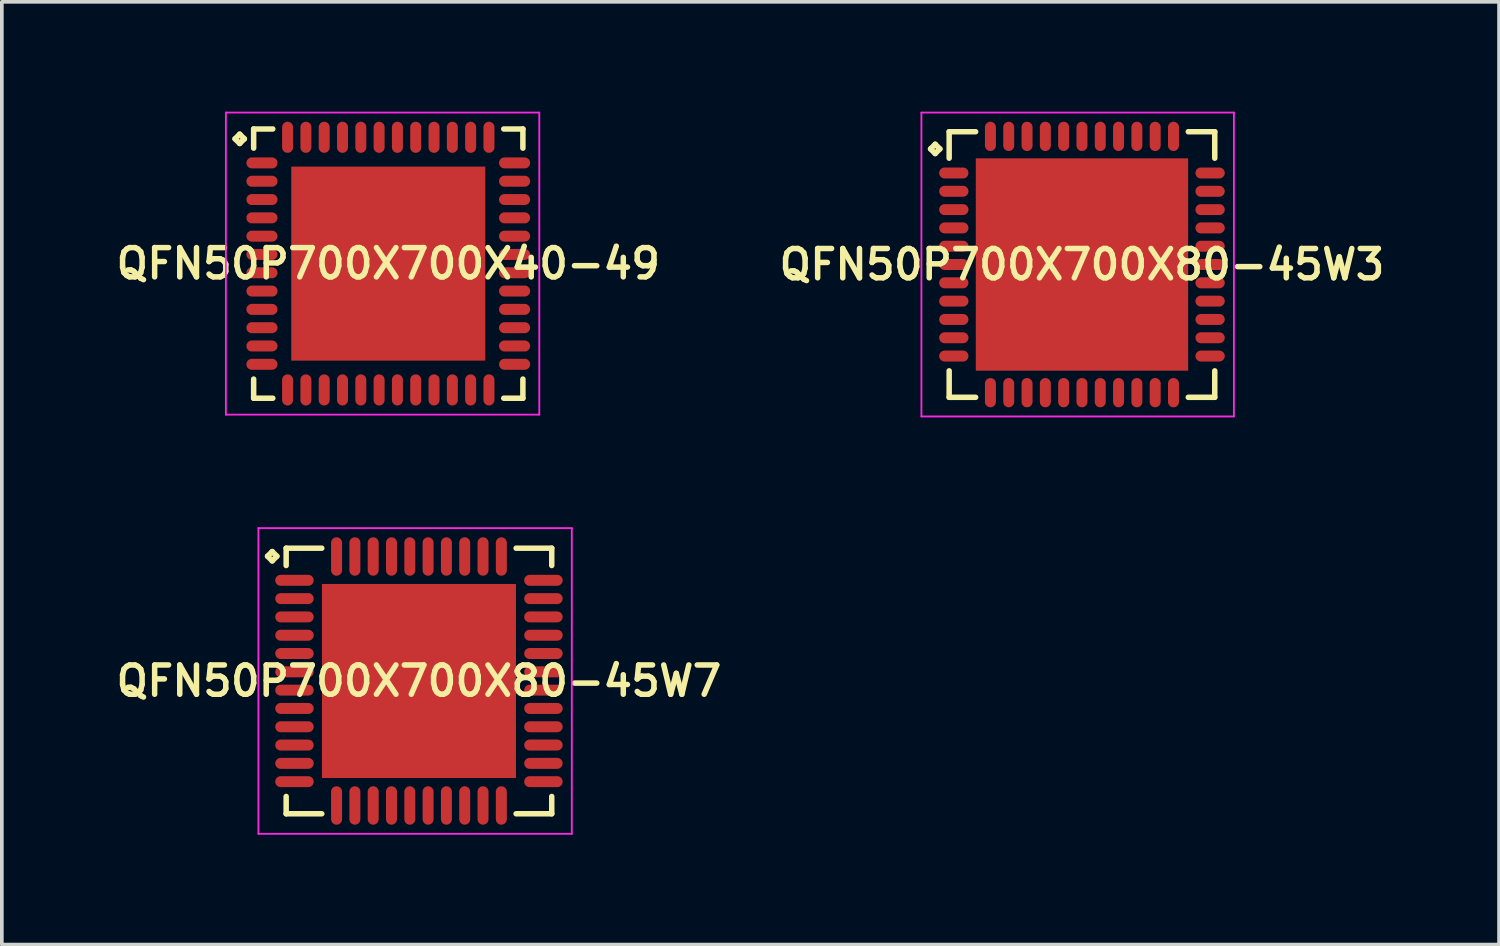
<source format=kicad_pcb>
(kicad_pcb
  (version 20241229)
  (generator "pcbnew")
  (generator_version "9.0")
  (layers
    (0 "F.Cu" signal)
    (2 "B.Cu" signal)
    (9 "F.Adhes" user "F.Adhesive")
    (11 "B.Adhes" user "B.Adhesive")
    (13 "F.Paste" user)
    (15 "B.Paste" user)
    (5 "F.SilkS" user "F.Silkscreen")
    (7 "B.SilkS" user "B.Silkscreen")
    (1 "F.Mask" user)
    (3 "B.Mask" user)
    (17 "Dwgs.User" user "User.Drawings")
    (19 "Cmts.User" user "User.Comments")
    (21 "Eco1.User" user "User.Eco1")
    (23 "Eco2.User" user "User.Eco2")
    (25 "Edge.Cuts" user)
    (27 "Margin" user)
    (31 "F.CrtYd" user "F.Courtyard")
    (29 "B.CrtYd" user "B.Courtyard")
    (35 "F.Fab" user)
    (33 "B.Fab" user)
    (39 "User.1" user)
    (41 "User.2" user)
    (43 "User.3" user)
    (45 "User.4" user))
  (footprint "QFN50P700X700X40-49"
    (layer "F.Cu")
    (at 7.555 4.15)
    (property "Reference" "QFN50P700X700X40-49" (at 0 0 0) (layer "F.SilkS") (effects (font (size 0.8 0.8) (thickness 0.15))))
    (attr smd)
    (fp_line (start -4.185 -3.408) (end -4.058 -3.535) (stroke (width 0.15) (type solid)) (layer "F.SilkS"))
    (fp_line (start -4.058 -3.535) (end -3.931 -3.408) (stroke (width 0.15) (type solid)) (layer "F.SilkS"))
    (fp_line (start -4.058 -3.281) (end -4.185 -3.408) (stroke (width 0.15) (type solid)) (layer "F.SilkS"))
    (fp_line (start -3.931 -3.408) (end -4.058 -3.281) (stroke (width 0.15) (type solid)) (layer "F.SilkS"))
    (fp_line (start -3.677 -3.677) (end -3.154 -3.677) (stroke (width 0.15) (type solid)) (layer "F.SilkS"))
    (fp_line (start -3.677 -3.154) (end -3.677 -3.677) (stroke (width 0.15) (type solid)) (layer "F.SilkS"))
    (fp_line (start -3.677 3.154) (end -3.677 3.677) (stroke (width 0.15) (type solid)) (layer "F.SilkS"))
    (fp_line (start -3.677 3.677) (end -3.154 3.677) (stroke (width 0.15) (type solid)) (layer "F.SilkS"))
    (fp_line (start 3.154 -3.677) (end 3.677 -3.677) (stroke (width 0.15) (type solid)) (layer "F.SilkS"))
    (fp_line (start 3.154 3.677) (end 3.677 3.677) (stroke (width 0.15) (type solid)) (layer "F.SilkS"))
    (fp_line (start 3.677 -3.677) (end 3.677 -3.154) (stroke (width 0.15) (type solid)) (layer "F.SilkS"))
    (fp_line (start 3.677 3.677) (end 3.677 3.154) (stroke (width 0.15) (type solid)) (layer "F.SilkS"))
    (fp_line (start -4.435 -4.125) (end 4.125 -4.125) (stroke (width 0.05) (type solid)) (layer "F.CrtYd"))
    (fp_line (start -4.435 4.125) (end -4.435 -4.125) (stroke (width 0.05) (type solid)) (layer "F.CrtYd"))
    (fp_line (start 4.125 -4.125) (end 4.125 4.125) (stroke (width 0.05) (type solid)) (layer "F.CrtYd"))
    (fp_line (start 4.125 4.125) (end -4.435 4.125) (stroke (width 0.05) (type solid)) (layer "F.CrtYd"))
    (pad "1" smd oval (at -3.45 -2.75) (size 0.85 0.3) (layers "F.Cu" "F.Mask" "F.Paste"))
    (pad "2" smd oval (at -3.45 -2.25) (size 0.85 0.3) (layers "F.Cu" "F.Mask" "F.Paste"))
    (pad "3" smd oval (at -3.45 -1.75) (size 0.85 0.3) (layers "F.Cu" "F.Mask" "F.Paste"))
    (pad "4" smd oval (at -3.45 -1.25) (size 0.85 0.3) (layers "F.Cu" "F.Mask" "F.Paste"))
    (pad "5" smd oval (at -3.45 -0.75) (size 0.85 0.3) (layers "F.Cu" "F.Mask" "F.Paste"))
    (pad "6" smd oval (at -3.45 -0.25) (size 0.85 0.3) (layers "F.Cu" "F.Mask" "F.Paste"))
    (pad "7" smd oval (at -3.45 0.25) (size 0.85 0.3) (layers "F.Cu" "F.Mask" "F.Paste"))
    (pad "8" smd oval (at -3.45 0.75) (size 0.85 0.3) (layers "F.Cu" "F.Mask" "F.Paste"))
    (pad "9" smd oval (at -3.45 1.25) (size 0.85 0.3) (layers "F.Cu" "F.Mask" "F.Paste"))
    (pad "10" smd oval (at -3.45 1.75) (size 0.85 0.3) (layers "F.Cu" "F.Mask" "F.Paste"))
    (pad "11" smd oval (at -3.45 2.25) (size 0.85 0.3) (layers "F.Cu" "F.Mask" "F.Paste"))
    (pad "12" smd oval (at -3.45 2.75) (size 0.85 0.3) (layers "F.Cu" "F.Mask" "F.Paste"))
    (pad "13" smd oval (at -2.75 3.45) (size 0.3 0.85) (layers "F.Cu" "F.Mask" "F.Paste"))
    (pad "14" smd oval (at -2.25 3.45) (size 0.3 0.85) (layers "F.Cu" "F.Mask" "F.Paste"))
    (pad "15" smd oval (at -1.75 3.45) (size 0.3 0.85) (layers "F.Cu" "F.Mask" "F.Paste"))
    (pad "16" smd oval (at -1.25 3.45) (size 0.3 0.85) (layers "F.Cu" "F.Mask" "F.Paste"))
    (pad "17" smd oval (at -0.75 3.45) (size 0.3 0.85) (layers "F.Cu" "F.Mask" "F.Paste"))
    (pad "18" smd oval (at -0.25 3.45) (size 0.3 0.85) (layers "F.Cu" "F.Mask" "F.Paste"))
    (pad "19" smd oval (at 0.25 3.45) (size 0.3 0.85) (layers "F.Cu" "F.Mask" "F.Paste"))
    (pad "20" smd oval (at 0.75 3.45) (size 0.3 0.85) (layers "F.Cu" "F.Mask" "F.Paste"))
    (pad "21" smd oval (at 1.25 3.45) (size 0.3 0.85) (layers "F.Cu" "F.Mask" "F.Paste"))
    (pad "22" smd oval (at 1.75 3.45) (size 0.3 0.85) (layers "F.Cu" "F.Mask" "F.Paste"))
    (pad "23" smd oval (at 2.25 3.45) (size 0.3 0.85) (layers "F.Cu" "F.Mask" "F.Paste"))
    (pad "24" smd oval (at 2.75 3.45) (size 0.3 0.85) (layers "F.Cu" "F.Mask" "F.Paste"))
    (pad "25" smd oval (at 3.45 2.75) (size 0.85 0.3) (layers "F.Cu" "F.Mask" "F.Paste"))
    (pad "26" smd oval (at 3.45 2.25) (size 0.85 0.3) (layers "F.Cu" "F.Mask" "F.Paste"))
    (pad "27" smd oval (at 3.45 1.75) (size 0.85 0.3) (layers "F.Cu" "F.Mask" "F.Paste"))
    (pad "28" smd oval (at 3.45 1.25) (size 0.85 0.3) (layers "F.Cu" "F.Mask" "F.Paste"))
    (pad "29" smd oval (at 3.45 0.75) (size 0.85 0.3) (layers "F.Cu" "F.Mask" "F.Paste"))
    (pad "30" smd oval (at 3.45 0.25) (size 0.85 0.3) (layers "F.Cu" "F.Mask" "F.Paste"))
    (pad "31" smd oval (at 3.45 -0.25) (size 0.85 0.3) (layers "F.Cu" "F.Mask" "F.Paste"))
    (pad "32" smd oval (at 3.45 -0.75) (size 0.85 0.3) (layers "F.Cu" "F.Mask" "F.Paste"))
    (pad "33" smd oval (at 3.45 -1.25) (size 0.85 0.3) (layers "F.Cu" "F.Mask" "F.Paste"))
    (pad "34" smd oval (at 3.45 -1.75) (size 0.85 0.3) (layers "F.Cu" "F.Mask" "F.Paste"))
    (pad "35" smd oval (at 3.45 -2.25) (size 0.85 0.3) (layers "F.Cu" "F.Mask" "F.Paste"))
    (pad "36" smd oval (at 3.45 -2.75) (size 0.85 0.3) (layers "F.Cu" "F.Mask" "F.Paste"))
    (pad "37" smd oval (at 2.75 -3.45) (size 0.3 0.85) (layers "F.Cu" "F.Mask" "F.Paste"))
    (pad "38" smd oval (at 2.25 -3.45) (size 0.3 0.85) (layers "F.Cu" "F.Mask" "F.Paste"))
    (pad "39" smd oval (at 1.75 -3.45) (size 0.3 0.85) (layers "F.Cu" "F.Mask" "F.Paste"))
    (pad "40" smd oval (at 1.25 -3.45) (size 0.3 0.85) (layers "F.Cu" "F.Mask" "F.Paste"))
    (pad "41" smd oval (at 0.75 -3.45) (size 0.3 0.85) (layers "F.Cu" "F.Mask" "F.Paste"))
    (pad "42" smd oval (at 0.25 -3.45) (size 0.3 0.85) (layers "F.Cu" "F.Mask" "F.Paste"))
    (pad "43" smd oval (at -0.25 -3.45) (size 0.3 0.85) (layers "F.Cu" "F.Mask" "F.Paste"))
    (pad "44" smd oval (at -0.75 -3.45) (size 0.3 0.85) (layers "F.Cu" "F.Mask" "F.Paste"))
    (pad "45" smd oval (at -1.25 -3.45) (size 0.3 0.85) (layers "F.Cu" "F.Mask" "F.Paste"))
    (pad "46" smd oval (at -1.75 -3.45) (size 0.3 0.85) (layers "F.Cu" "F.Mask" "F.Paste"))
    (pad "47" smd oval (at -2.25 -3.45) (size 0.3 0.85) (layers "F.Cu" "F.Mask" "F.Paste"))
    (pad "48" smd oval (at -2.75 -3.45) (size 0.3 0.85) (layers "F.Cu" "F.Mask" "F.Paste"))
    (pad "49" smd rect (at 0 0) (size 5.3 5.3) (layers "F.Cu" "F.Mask" "F.Paste")))
  (footprint "QFN50P700X700X80-45W3"
    (layer "F.Cu")
    (at 26.502 4.175)
    (property "Reference" "QFN50P700X700X80-45W3" (at 0 0 0) (layer "F.SilkS") (effects (font (size 0.8 0.8) (thickness 0.15))))
    (attr smd)
    (fp_line (start -4.135 -3.158) (end -4.008 -3.285) (stroke (width 0.15) (type solid)) (layer "F.SilkS"))
    (fp_line (start -4.008 -3.285) (end -3.881 -3.158) (stroke (width 0.15) (type solid)) (layer "F.SilkS"))
    (fp_line (start -4.008 -3.031) (end -4.135 -3.158) (stroke (width 0.15) (type solid)) (layer "F.SilkS"))
    (fp_line (start -3.881 -3.158) (end -4.008 -3.031) (stroke (width 0.15) (type solid)) (layer "F.SilkS"))
    (fp_line (start -3.627 -3.627) (end -2.904 -3.627) (stroke (width 0.15) (type solid)) (layer "F.SilkS"))
    (fp_line (start -3.627 -2.904) (end -3.627 -3.627) (stroke (width 0.15) (type solid)) (layer "F.SilkS"))
    (fp_line (start -3.627 2.904) (end -3.627 3.627) (stroke (width 0.15) (type solid)) (layer "F.SilkS"))
    (fp_line (start -3.627 3.627) (end -2.904 3.627) (stroke (width 0.15) (type solid)) (layer "F.SilkS"))
    (fp_line (start 2.904 -3.627) (end 3.627 -3.627) (stroke (width 0.15) (type solid)) (layer "F.SilkS"))
    (fp_line (start 2.904 3.627) (end 3.627 3.627) (stroke (width 0.15) (type solid)) (layer "F.SilkS"))
    (fp_line (start 3.627 -3.627) (end 3.627 -2.904) (stroke (width 0.15) (type solid)) (layer "F.SilkS"))
    (fp_line (start 3.627 3.627) (end 3.627 2.904) (stroke (width 0.15) (type solid)) (layer "F.SilkS"))
    (fp_line (start -4.385 -4.15) (end 4.15 -4.15) (stroke (width 0.05) (type solid)) (layer "F.CrtYd"))
    (fp_line (start -4.385 4.15) (end -4.385 -4.15) (stroke (width 0.05) (type solid)) (layer "F.CrtYd"))
    (fp_line (start 4.15 -4.15) (end 4.15 4.15) (stroke (width 0.05) (type solid)) (layer "F.CrtYd"))
    (fp_line (start 4.15 4.15) (end -4.385 4.15) (stroke (width 0.05) (type solid)) (layer "F.CrtYd"))
    (pad "1" smd oval (at -3.5 -2.5) (size 0.8 0.3) (layers "F.Cu" "F.Mask" "F.Paste"))
    (pad "2" smd oval (at -3.5 -2) (size 0.8 0.3) (layers "F.Cu" "F.Mask" "F.Paste"))
    (pad "3" smd oval (at -3.5 -1.5) (size 0.8 0.3) (layers "F.Cu" "F.Mask" "F.Paste"))
    (pad "4" smd oval (at -3.5 -1) (size 0.8 0.3) (layers "F.Cu" "F.Mask" "F.Paste"))
    (pad "5" smd oval (at -3.5 -0.5) (size 0.8 0.3) (layers "F.Cu" "F.Mask" "F.Paste"))
    (pad "6" smd oval (at -3.5 0) (size 0.8 0.3) (layers "F.Cu" "F.Mask" "F.Paste"))
    (pad "7" smd oval (at -3.5 0.5) (size 0.8 0.3) (layers "F.Cu" "F.Mask" "F.Paste"))
    (pad "8" smd oval (at -3.5 1) (size 0.8 0.3) (layers "F.Cu" "F.Mask" "F.Paste"))
    (pad "9" smd oval (at -3.5 1.5) (size 0.8 0.3) (layers "F.Cu" "F.Mask" "F.Paste"))
    (pad "10" smd oval (at -3.5 2) (size 0.8 0.3) (layers "F.Cu" "F.Mask" "F.Paste"))
    (pad "11" smd oval (at -3.5 2.5) (size 0.8 0.3) (layers "F.Cu" "F.Mask" "F.Paste"))
    (pad "12" smd oval (at -2.5 3.5) (size 0.3 0.8) (layers "F.Cu" "F.Mask" "F.Paste"))
    (pad "13" smd oval (at -2 3.5) (size 0.3 0.8) (layers "F.Cu" "F.Mask" "F.Paste"))
    (pad "14" smd oval (at -1.5 3.5) (size 0.3 0.8) (layers "F.Cu" "F.Mask" "F.Paste"))
    (pad "15" smd oval (at -1 3.5) (size 0.3 0.8) (layers "F.Cu" "F.Mask" "F.Paste"))
    (pad "16" smd oval (at -0.5 3.5) (size 0.3 0.8) (layers "F.Cu" "F.Mask" "F.Paste"))
    (pad "17" smd oval (at 0 3.5) (size 0.3 0.8) (layers "F.Cu" "F.Mask" "F.Paste"))
    (pad "18" smd oval (at 0.5 3.5) (size 0.3 0.8) (layers "F.Cu" "F.Mask" "F.Paste"))
    (pad "19" smd oval (at 1 3.5) (size 0.3 0.8) (layers "F.Cu" "F.Mask" "F.Paste"))
    (pad "20" smd oval (at 1.5 3.5) (size 0.3 0.8) (layers "F.Cu" "F.Mask" "F.Paste"))
    (pad "21" smd oval (at 2 3.5) (size 0.3 0.8) (layers "F.Cu" "F.Mask" "F.Paste"))
    (pad "22" smd oval (at 2.5 3.5) (size 0.3 0.8) (layers "F.Cu" "F.Mask" "F.Paste"))
    (pad "23" smd oval (at 3.5 2.5) (size 0.8 0.3) (layers "F.Cu" "F.Mask" "F.Paste"))
    (pad "24" smd oval (at 3.5 2) (size 0.8 0.3) (layers "F.Cu" "F.Mask" "F.Paste"))
    (pad "25" smd oval (at 3.5 1.5) (size 0.8 0.3) (layers "F.Cu" "F.Mask" "F.Paste"))
    (pad "26" smd oval (at 3.5 1) (size 0.8 0.3) (layers "F.Cu" "F.Mask" "F.Paste"))
    (pad "27" smd oval (at 3.5 0.5) (size 0.8 0.3) (layers "F.Cu" "F.Mask" "F.Paste"))
    (pad "28" smd oval (at 3.5 0) (size 0.8 0.3) (layers "F.Cu" "F.Mask" "F.Paste"))
    (pad "29" smd oval (at 3.5 -0.5) (size 0.8 0.3) (layers "F.Cu" "F.Mask" "F.Paste"))
    (pad "30" smd oval (at 3.5 -1) (size 0.8 0.3) (layers "F.Cu" "F.Mask" "F.Paste"))
    (pad "31" smd oval (at 3.5 -1.5) (size 0.8 0.3) (layers "F.Cu" "F.Mask" "F.Paste"))
    (pad "32" smd oval (at 3.5 -2) (size 0.8 0.3) (layers "F.Cu" "F.Mask" "F.Paste"))
    (pad "33" smd oval (at 3.5 -2.5) (size 0.8 0.3) (layers "F.Cu" "F.Mask" "F.Paste"))
    (pad "34" smd oval (at 2.5 -3.5) (size 0.3 0.8) (layers "F.Cu" "F.Mask" "F.Paste"))
    (pad "35" smd oval (at 2 -3.5) (size 0.3 0.8) (layers "F.Cu" "F.Mask" "F.Paste"))
    (pad "36" smd oval (at 1.5 -3.5) (size 0.3 0.8) (layers "F.Cu" "F.Mask" "F.Paste"))
    (pad "37" smd oval (at 1 -3.5) (size 0.3 0.8) (layers "F.Cu" "F.Mask" "F.Paste"))
    (pad "38" smd oval (at 0.5 -3.5) (size 0.3 0.8) (layers "F.Cu" "F.Mask" "F.Paste"))
    (pad "39" smd oval (at 0 -3.5) (size 0.3 0.8) (layers "F.Cu" "F.Mask" "F.Paste"))
    (pad "40" smd oval (at -0.5 -3.5) (size 0.3 0.8) (layers "F.Cu" "F.Mask" "F.Paste"))
    (pad "41" smd oval (at -1 -3.5) (size 0.3 0.8) (layers "F.Cu" "F.Mask" "F.Paste"))
    (pad "42" smd oval (at -1.5 -3.5) (size 0.3 0.8) (layers "F.Cu" "F.Mask" "F.Paste"))
    (pad "43" smd oval (at -2 -3.5) (size 0.3 0.8) (layers "F.Cu" "F.Mask" "F.Paste"))
    (pad "44" smd oval (at -2.5 -3.5) (size 0.3 0.8) (layers "F.Cu" "F.Mask" "F.Paste"))
    (pad "45" smd rect (at 0 0) (size 5.8 5.8) (layers "F.Cu" "F.Mask" "F.Paste")))
  (footprint "QFN50P700X700X80-45W7"
    (layer "F.Cu")
    (at 8.393 15.55)
    (property "Reference" "QFN50P700X700X80-45W7" (at 0 0 0) (layer "F.SilkS") (effects (font (size 0.8 0.8) (thickness 0.15))))
    (attr smd)
    (fp_line (start -4.135 -3.408) (end -4.008 -3.535) (stroke (width 0.15) (type solid)) (layer "F.SilkS"))
    (fp_line (start -4.008 -3.535) (end -3.881 -3.408) (stroke (width 0.15) (type solid)) (layer "F.SilkS"))
    (fp_line (start -4.008 -3.281) (end -4.135 -3.408) (stroke (width 0.15) (type solid)) (layer "F.SilkS"))
    (fp_line (start -3.881 -3.408) (end -4.008 -3.281) (stroke (width 0.15) (type solid)) (layer "F.SilkS"))
    (fp_line (start -3.627 -3.627) (end -2.654 -3.627) (stroke (width 0.15) (type solid)) (layer "F.SilkS"))
    (fp_line (start -3.627 -3.154) (end -3.627 -3.627) (stroke (width 0.15) (type solid)) (layer "F.SilkS"))
    (fp_line (start -3.627 3.154) (end -3.627 3.627) (stroke (width 0.15) (type solid)) (layer "F.SilkS"))
    (fp_line (start -3.627 3.627) (end -2.654 3.627) (stroke (width 0.15) (type solid)) (layer "F.SilkS"))
    (fp_line (start 2.654 -3.627) (end 3.627 -3.627) (stroke (width 0.15) (type solid)) (layer "F.SilkS"))
    (fp_line (start 2.654 3.627) (end 3.627 3.627) (stroke (width 0.15) (type solid)) (layer "F.SilkS"))
    (fp_line (start 3.627 -3.627) (end 3.627 -3.154) (stroke (width 0.15) (type solid)) (layer "F.SilkS"))
    (fp_line (start 3.627 3.627) (end 3.627 3.154) (stroke (width 0.15) (type solid)) (layer "F.SilkS"))
    (fp_line (start -4.385 -4.175) (end 4.175 -4.175) (stroke (width 0.05) (type solid)) (layer "F.CrtYd"))
    (fp_line (start -4.385 4.175) (end -4.385 -4.175) (stroke (width 0.05) (type solid)) (layer "F.CrtYd"))
    (fp_line (start 4.175 -4.175) (end 4.175 4.175) (stroke (width 0.05) (type solid)) (layer "F.CrtYd"))
    (fp_line (start 4.175 4.175) (end -4.385 4.175) (stroke (width 0.05) (type solid)) (layer "F.CrtYd"))
    (pad "1" smd oval (at -3.4 -2.75) (size 1.05 0.3) (layers "F.Cu" "F.Mask" "F.Paste"))
    (pad "2" smd oval (at -3.4 -2.25) (size 1.05 0.3) (layers "F.Cu" "F.Mask" "F.Paste"))
    (pad "3" smd oval (at -3.4 -1.75) (size 1.05 0.3) (layers "F.Cu" "F.Mask" "F.Paste"))
    (pad "4" smd oval (at -3.4 -1.25) (size 1.05 0.3) (layers "F.Cu" "F.Mask" "F.Paste"))
    (pad "5" smd oval (at -3.4 -0.75) (size 1.05 0.3) (layers "F.Cu" "F.Mask" "F.Paste"))
    (pad "6" smd oval (at -3.4 -0.25) (size 1.05 0.3) (layers "F.Cu" "F.Mask" "F.Paste"))
    (pad "7" smd oval (at -3.4 0.25) (size 1.05 0.3) (layers "F.Cu" "F.Mask" "F.Paste"))
    (pad "8" smd oval (at -3.4 0.75) (size 1.05 0.3) (layers "F.Cu" "F.Mask" "F.Paste"))
    (pad "9" smd oval (at -3.4 1.25) (size 1.05 0.3) (layers "F.Cu" "F.Mask" "F.Paste"))
    (pad "10" smd oval (at -3.4 1.75) (size 1.05 0.3) (layers "F.Cu" "F.Mask" "F.Paste"))
    (pad "11" smd oval (at -3.4 2.25) (size 1.05 0.3) (layers "F.Cu" "F.Mask" "F.Paste"))
    (pad "12" smd oval (at -3.4 2.75) (size 1.05 0.3) (layers "F.Cu" "F.Mask" "F.Paste"))
    (pad "13" smd oval (at -2.25 3.4) (size 0.3 1.05) (layers "F.Cu" "F.Mask" "F.Paste"))
    (pad "14" smd oval (at -1.75 3.4) (size 0.3 1.05) (layers "F.Cu" "F.Mask" "F.Paste"))
    (pad "15" smd oval (at -1.25 3.4) (size 0.3 1.05) (layers "F.Cu" "F.Mask" "F.Paste"))
    (pad "16" smd oval (at -0.75 3.4) (size 0.3 1.05) (layers "F.Cu" "F.Mask" "F.Paste"))
    (pad "17" smd oval (at -0.25 3.4) (size 0.3 1.05) (layers "F.Cu" "F.Mask" "F.Paste"))
    (pad "18" smd oval (at 0.25 3.4) (size 0.3 1.05) (layers "F.Cu" "F.Mask" "F.Paste"))
    (pad "19" smd oval (at 0.75 3.4) (size 0.3 1.05) (layers "F.Cu" "F.Mask" "F.Paste"))
    (pad "20" smd oval (at 1.25 3.4) (size 0.3 1.05) (layers "F.Cu" "F.Mask" "F.Paste"))
    (pad "21" smd oval (at 1.75 3.4) (size 0.3 1.05) (layers "F.Cu" "F.Mask" "F.Paste"))
    (pad "22" smd oval (at 2.25 3.4) (size 0.3 1.05) (layers "F.Cu" "F.Mask" "F.Paste"))
    (pad "23" smd oval (at 3.4 2.75) (size 1.05 0.3) (layers "F.Cu" "F.Mask" "F.Paste"))
    (pad "24" smd oval (at 3.4 2.25) (size 1.05 0.3) (layers "F.Cu" "F.Mask" "F.Paste"))
    (pad "25" smd oval (at 3.4 1.75) (size 1.05 0.3) (layers "F.Cu" "F.Mask" "F.Paste"))
    (pad "26" smd oval (at 3.4 1.25) (size 1.05 0.3) (layers "F.Cu" "F.Mask" "F.Paste"))
    (pad "27" smd oval (at 3.4 0.75) (size 1.05 0.3) (layers "F.Cu" "F.Mask" "F.Paste"))
    (pad "28" smd oval (at 3.4 0.25) (size 1.05 0.3) (layers "F.Cu" "F.Mask" "F.Paste"))
    (pad "29" smd oval (at 3.4 -0.25) (size 1.05 0.3) (layers "F.Cu" "F.Mask" "F.Paste"))
    (pad "30" smd oval (at 3.4 -0.75) (size 1.05 0.3) (layers "F.Cu" "F.Mask" "F.Paste"))
    (pad "31" smd oval (at 3.4 -1.25) (size 1.05 0.3) (layers "F.Cu" "F.Mask" "F.Paste"))
    (pad "32" smd oval (at 3.4 -1.75) (size 1.05 0.3) (layers "F.Cu" "F.Mask" "F.Paste"))
    (pad "33" smd oval (at 3.4 -2.25) (size 1.05 0.3) (layers "F.Cu" "F.Mask" "F.Paste"))
    (pad "34" smd oval (at 3.4 -2.75) (size 1.05 0.3) (layers "F.Cu" "F.Mask" "F.Paste"))
    (pad "35" smd oval (at 2.25 -3.4) (size 0.3 1.05) (layers "F.Cu" "F.Mask" "F.Paste"))
    (pad "36" smd oval (at 1.75 -3.4) (size 0.3 1.05) (layers "F.Cu" "F.Mask" "F.Paste"))
    (pad "37" smd oval (at 1.25 -3.4) (size 0.3 1.05) (layers "F.Cu" "F.Mask" "F.Paste"))
    (pad "38" smd oval (at 0.75 -3.4) (size 0.3 1.05) (layers "F.Cu" "F.Mask" "F.Paste"))
    (pad "39" smd oval (at 0.25 -3.4) (size 0.3 1.05) (layers "F.Cu" "F.Mask" "F.Paste"))
    (pad "40" smd oval (at -0.25 -3.4) (size 0.3 1.05) (layers "F.Cu" "F.Mask" "F.Paste"))
    (pad "41" smd oval (at -0.75 -3.4) (size 0.3 1.05) (layers "F.Cu" "F.Mask" "F.Paste"))
    (pad "42" smd oval (at -1.25 -3.4) (size 0.3 1.05) (layers "F.Cu" "F.Mask" "F.Paste"))
    (pad "43" smd oval (at -1.75 -3.4) (size 0.3 1.05) (layers "F.Cu" "F.Mask" "F.Paste"))
    (pad "44" smd oval (at -2.25 -3.4) (size 0.3 1.05) (layers "F.Cu" "F.Mask" "F.Paste"))
    (pad "45" smd rect (at 0 0) (size 5.3 5.3) (layers "F.Cu" "F.Mask" "F.Paste")))
  (gr_rect
    (start -3 -3)
    (end 37.894 22.75)
    (stroke (width 0.1) (type default))
    (fill no)
    (layer "Edge.Cuts")))
</source>
